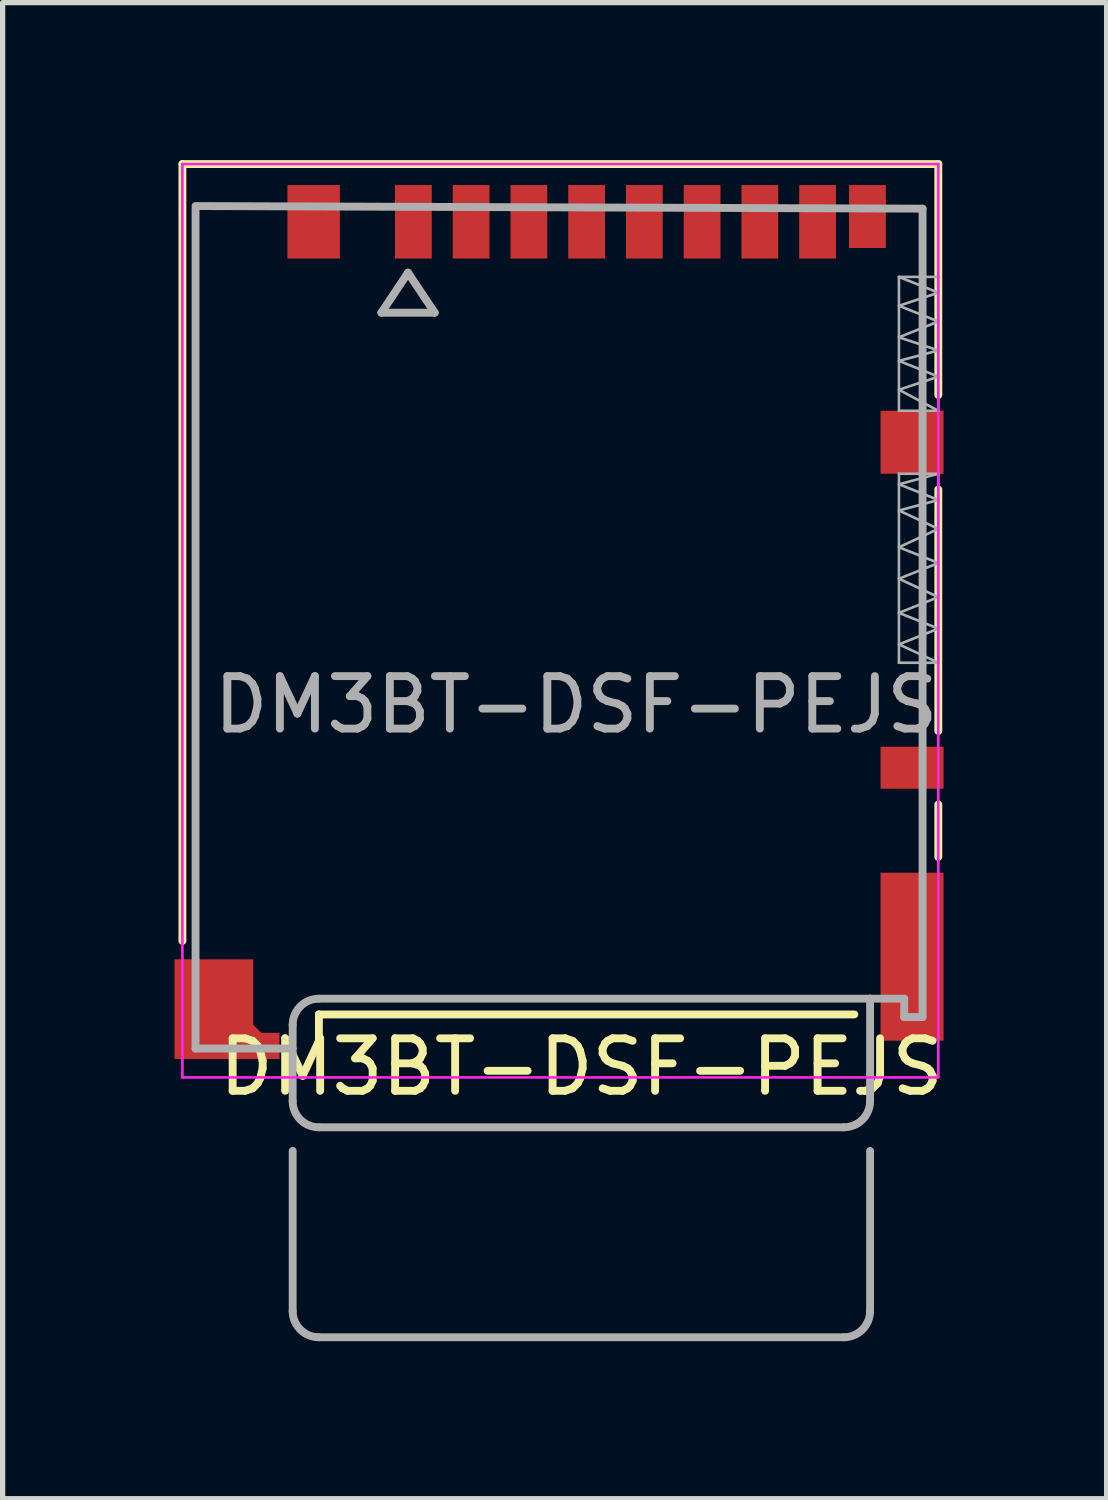
<source format=kicad_pcb>
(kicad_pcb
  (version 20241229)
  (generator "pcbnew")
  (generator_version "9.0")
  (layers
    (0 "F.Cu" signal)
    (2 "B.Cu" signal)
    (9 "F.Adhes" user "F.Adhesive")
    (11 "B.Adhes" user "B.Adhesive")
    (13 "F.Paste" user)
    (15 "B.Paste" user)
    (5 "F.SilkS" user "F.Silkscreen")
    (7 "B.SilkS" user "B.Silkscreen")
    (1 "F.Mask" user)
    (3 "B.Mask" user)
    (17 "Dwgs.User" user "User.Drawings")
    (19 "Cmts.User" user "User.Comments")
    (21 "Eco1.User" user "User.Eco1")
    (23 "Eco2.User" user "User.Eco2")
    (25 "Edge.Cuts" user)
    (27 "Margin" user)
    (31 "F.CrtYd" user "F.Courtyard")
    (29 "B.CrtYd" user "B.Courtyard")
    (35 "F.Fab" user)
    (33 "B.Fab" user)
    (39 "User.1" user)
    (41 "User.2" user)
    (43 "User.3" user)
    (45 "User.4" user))
  (footprint "DM3BT-DSF-PEJS"
    (layer "F.Cu")
    (at 8.025 0.875)
    (property "Reference" "DM3BT-DSF-PEJS" (at 0 16.4 0) (layer "F.SilkS") (effects (font (size 1 1) (thickness 0.15))))
    (attr smd)
    (fp_line (start -7.6 -0.8) (end -7.6 14) (stroke (width 0.15) (type solid)) (layer "F.SilkS"))
    (fp_line (start -7.6 -0.8) (end 6.8 -0.8) (stroke (width 0.15) (type solid)) (layer "F.SilkS"))
    (fp_line (start -5 15.4) (end -5 16) (stroke (width 0.15) (type solid)) (layer "F.SilkS"))
    (fp_line (start 5.2 15.4) (end -5 15.4) (stroke (width 0.15) (type solid)) (layer "F.SilkS"))
    (fp_line (start 6.8 -0.8) (end 6.8 3.6) (stroke (width 0.15) (type solid)) (layer "F.SilkS"))
    (fp_line (start 6.8 5.4) (end 6.8 10) (stroke (width 0.15) (type solid)) (layer "F.SilkS"))
    (fp_line (start 6.8 11.4) (end 6.8 12.4) (stroke (width 0.15) (type solid)) (layer "F.SilkS"))
    (fp_line (start -8 15.3) (end -6 15.3) (stroke (width 0.05) (type solid)) (layer "Eco1.User"))
    (fp_line (start -7.75 14.35) (end -7.75 16.25) (stroke (width 0.05) (type solid)) (layer "Eco1.User"))
    (fp_line (start -7.75 14.35) (end -6.25 14.35) (stroke (width 0.05) (type solid)) (layer "Eco1.User"))
    (fp_line (start -7.75 16.25) (end -5.75 16.25) (stroke (width 0.05) (type solid)) (layer "Eco1.User"))
    (fp_line (start -6.25 14.35) (end -6.25 15.6) (stroke (width 0.05) (type solid)) (layer "Eco1.User"))
    (fp_line (start -6.25 15.6) (end -6.1 15.75) (stroke (width 0.05) (type solid)) (layer "Eco1.User"))
    (fp_line (start -6.1 15.75) (end -5.75 15.75) (stroke (width 0.05) (type solid)) (layer "Eco1.User"))
    (fp_line (start -5.75 15.75) (end -5.75 16.25) (stroke (width 0.05) (type solid)) (layer "Eco1.User"))
    (fp_line (start -5.6 -0.4) (end 5.8 -0.4) (stroke (width 0.05) (type solid)) (layer "Eco1.User"))
    (fp_line (start -5.6 1) (end 4.85 1) (stroke (width 0.05) (type solid)) (layer "Eco1.User"))
    (fp_line (start -3.2 -0.4) (end -3.2 16.3) (stroke (width 0.05) (type solid)) (layer "Eco1.User"))
    (fp_line (start 5.1 -0.4) (end 5.1 0.8) (stroke (width 0.05) (type solid)) (layer "Eco1.User"))
    (fp_line (start 5.1 0.8) (end 5.8 0.8) (stroke (width 0.05) (type solid)) (layer "Eco1.User"))
    (fp_line (start 5.7 3.9) (end 5.7 15.9) (stroke (width 0.05) (type solid)) (layer "Eco1.User"))
    (fp_line (start 5.7 3.9) (end 6.9 3.9) (stroke (width 0.05) (type solid)) (layer "Eco1.User"))
    (fp_line (start 5.7 5.1) (end 6.9 5.1) (stroke (width 0.05) (type solid)) (layer "Eco1.User"))
    (fp_line (start 5.7 10.3) (end 6.9 10.3) (stroke (width 0.05) (type solid)) (layer "Eco1.User"))
    (fp_line (start 5.7 11.1) (end 6.9 11.1) (stroke (width 0.05) (type solid)) (layer "Eco1.User"))
    (fp_line (start 5.7 12.7) (end 6.9 12.7) (stroke (width 0.05) (type solid)) (layer "Eco1.User"))
    (fp_line (start 5.7 15.9) (end 6.9 15.9) (stroke (width 0.05) (type solid)) (layer "Eco1.User"))
    (fp_line (start 5.8 0.8) (end 5.8 -0.4) (stroke (width 0.05) (type solid)) (layer "Eco1.User"))
    (fp_line (start 6.05 1.35) (end 6.05 8.7) (stroke (width 0.05) (type solid)) (layer "Eco1.User"))
    (fp_line (start 6.05 1.35) (end 6.8 1.35) (stroke (width 0.05) (type solid)) (layer "Eco1.User"))
    (fp_line (start 6.05 8.7) (end 6.8 8.7) (stroke (width 0.05) (type solid)) (layer "Eco1.User"))
    (fp_line (start 6.8 1.35) (end 6.8 8.7) (stroke (width 0.05) (type solid)) (layer "Eco1.User"))
    (fp_line (start 6.9 3.9) (end 6.9 15.9) (stroke (width 0.05) (type solid)) (layer "Eco1.User"))
    (fp_line (start -7.6 -0.8) (end 6.8 -0.8) (stroke (width 0.05) (type solid)) (layer "F.CrtYd"))
    (fp_line (start -7.6 16.6) (end -7.6 -0.8) (stroke (width 0.05) (type solid)) (layer "F.CrtYd"))
    (fp_line (start 6.8 -0.8) (end 6.8 16.6) (stroke (width 0.05) (type solid)) (layer "F.CrtYd"))
    (fp_line (start 6.8 16.6) (end -7.6 16.6) (stroke (width 0.05) (type solid)) (layer "F.CrtYd"))
    (fp_line (start -7.35 0) (end 6.5 0.05) (stroke (width 0.15) (type solid)) (layer "F.Fab"))
    (fp_line (start -7.35 16.05) (end -7.35 0.05) (stroke (width 0.15) (type solid)) (layer "F.Fab"))
    (fp_line (start -7.35 16.05) (end -5.5 16.05) (stroke (width 0.15) (type solid)) (layer "F.Fab"))
    (fp_line (start -5.5 15.6) (end -5.5 17.05) (stroke (width 0.15) (type solid)) (layer "F.Fab"))
    (fp_line (start -5.5 18) (end -5.5 21.05) (stroke (width 0.15) (type solid)) (layer "F.Fab"))
    (fp_line (start -5 15.1) (end 5.5 15.1) (stroke (width 0.15) (type solid)) (layer "F.Fab"))
    (fp_line (start -5 17.55) (end 5 17.55) (stroke (width 0.15) (type solid)) (layer "F.Fab"))
    (fp_line (start -5 21.55) (end 5 21.55) (stroke (width 0.15) (type solid)) (layer "F.Fab"))
    (fp_line (start -3.81 2.032) (end -2.794 2.032) (stroke (width 0.15) (type solid)) (layer "F.Fab"))
    (fp_line (start -3.302 1.27) (end -3.81 2.032) (stroke (width 0.15) (type solid)) (layer "F.Fab"))
    (fp_line (start -2.794 2.032) (end -3.302 1.27) (stroke (width 0.15) (type solid)) (layer "F.Fab"))
    (fp_line (start 5.5 17.05) (end 5.5 15.1) (stroke (width 0.15) (type solid)) (layer "F.Fab"))
    (fp_line (start 5.5 21.05) (end 5.5 18) (stroke (width 0.15) (type solid)) (layer "F.Fab"))
    (fp_line (start 6.05 1.35) (end 6.8 1.35) (stroke (width 0.05) (type solid)) (layer "F.Fab"))
    (fp_line (start 6.05 1.35) (end 6.8 1.65) (stroke (width 0.05) (type solid)) (layer "F.Fab"))
    (fp_line (start 6.05 1.9) (end 6.8 2.2) (stroke (width 0.05) (type solid)) (layer "F.Fab"))
    (fp_line (start 6.05 2.5) (end 6.8 2.75) (stroke (width 0.05) (type solid)) (layer "F.Fab"))
    (fp_line (start 6.05 2.95) (end 6.8 3.25) (stroke (width 0.05) (type solid)) (layer "F.Fab"))
    (fp_line (start 6.05 3.5) (end 6.8 3.9) (stroke (width 0.05) (type solid)) (layer "F.Fab"))
    (fp_line (start 6.05 3.9) (end 6.05 1.35) (stroke (width 0.05) (type solid)) (layer "F.Fab"))
    (fp_line (start 6.05 3.9) (end 6.8 3.9) (stroke (width 0.05) (type solid)) (layer "F.Fab"))
    (fp_line (start 6.05 5.1) (end 6.8 5.1) (stroke (width 0.05) (type solid)) (layer "F.Fab"))
    (fp_line (start 6.05 5.3) (end 6.8 5.1) (stroke (width 0.05) (type solid)) (layer "F.Fab"))
    (fp_line (start 6.05 5.8) (end 6.8 5.6) (stroke (width 0.05) (type solid)) (layer "F.Fab"))
    (fp_line (start 6.05 6.5) (end 6.8 6.15) (stroke (width 0.05) (type solid)) (layer "F.Fab"))
    (fp_line (start 6.05 7.1) (end 6.8 6.8) (stroke (width 0.05) (type solid)) (layer "F.Fab"))
    (fp_line (start 6.05 7.75) (end 6.8 7.45) (stroke (width 0.05) (type solid)) (layer "F.Fab"))
    (fp_line (start 6.05 8.35) (end 6.8 8.05) (stroke (width 0.05) (type solid)) (layer "F.Fab"))
    (fp_line (start 6.05 8.7) (end 6.05 5.1) (stroke (width 0.05) (type solid)) (layer "F.Fab"))
    (fp_line (start 6.15 15.1) (end 5.5 15.1) (stroke (width 0.15) (type solid)) (layer "F.Fab"))
    (fp_line (start 6.15 15.45) (end 6.15 15.1) (stroke (width 0.15) (type solid)) (layer "F.Fab"))
    (fp_line (start 6.5 15.45) (end 6.15 15.45) (stroke (width 0.15) (type solid)) (layer "F.Fab"))
    (fp_line (start 6.5 15.45) (end 6.5 0.05) (stroke (width 0.15) (type solid)) (layer "F.Fab"))
    (fp_line (start 6.8 1.35) (end 6.8 3.9) (stroke (width 0.05) (type solid)) (layer "F.Fab"))
    (fp_line (start 6.8 1.65) (end 6.05 1.9) (stroke (width 0.05) (type solid)) (layer "F.Fab"))
    (fp_line (start 6.8 2.2) (end 6.05 2.5) (stroke (width 0.05) (type solid)) (layer "F.Fab"))
    (fp_line (start 6.8 2.75) (end 6.05 2.95) (stroke (width 0.05) (type solid)) (layer "F.Fab"))
    (fp_line (start 6.8 3.25) (end 6.05 3.5) (stroke (width 0.05) (type solid)) (layer "F.Fab"))
    (fp_line (start 6.8 5.1) (end 6.8 8.7) (stroke (width 0.05) (type solid)) (layer "F.Fab"))
    (fp_line (start 6.8 5.6) (end 6.05 5.3) (stroke (width 0.05) (type solid)) (layer "F.Fab"))
    (fp_line (start 6.8 6.15) (end 6.05 5.8) (stroke (width 0.05) (type solid)) (layer "F.Fab"))
    (fp_line (start 6.8 6.8) (end 6.05 6.5) (stroke (width 0.05) (type solid)) (layer "F.Fab"))
    (fp_line (start 6.8 7.45) (end 6.05 7.1) (stroke (width 0.05) (type solid)) (layer "F.Fab"))
    (fp_line (start 6.8 8.05) (end 6.05 7.75) (stroke (width 0.05) (type solid)) (layer "F.Fab"))
    (fp_line (start 6.8 8.7) (end 6.05 8.35) (stroke (width 0.05) (type solid)) (layer "F.Fab"))
    (fp_line (start 6.8 8.7) (end 6.05 8.7) (stroke (width 0.05) (type solid)) (layer "F.Fab"))
    (fp_arc (start -5.5 15.6) (mid -5.353553 15.246447) (end -5 15.1) (stroke (width 0.15) (type solid)) (layer "F.Fab"))
    (fp_arc (start -5 17.55) (mid -5.353553 17.403553) (end -5.5 17.05) (stroke (width 0.15) (type solid)) (layer "F.Fab"))
    (fp_arc (start -5 21.55) (mid -5.353553 21.403553) (end -5.5 21.05) (stroke (width 0.15) (type solid)) (layer "F.Fab"))
    (fp_arc (start 5.5 17.05) (mid 5.353553 17.403553) (end 5 17.55) (stroke (width 0.15) (type solid)) (layer "F.Fab"))
    (fp_arc (start 5.5 21.05) (mid 5.353553 21.403553) (end 5 21.55) (stroke (width 0.15) (type solid)) (layer "F.Fab"))
    (fp_text user "${REFERENCE}" (at -0.1 9.5 0) (layer "F.Fab") (effects (font (size 1 1) (thickness 0.15))))
    (pad "1" smd rect (at -3.2 0.3) (size 0.7 1.4) (layers "F.Cu" "F.Mask" "F.Paste"))
    (pad "2" smd rect (at -2.1 0.3) (size 0.7 1.4) (layers "F.Cu" "F.Mask" "F.Paste"))
    (pad "3" smd rect (at -1 0.3) (size 0.7 1.4) (layers "F.Cu" "F.Mask" "F.Paste"))
    (pad "4" smd rect (at 0.1 0.3) (size 0.7 1.4) (layers "F.Cu" "F.Mask" "F.Paste"))
    (pad "5" smd rect (at 1.2 0.3) (size 0.7 1.4) (layers "F.Cu" "F.Mask" "F.Paste"))
    (pad "6" smd rect (at 2.3 0.3) (size 0.7 1.4) (layers "F.Cu" "F.Mask" "F.Paste"))
    (pad "7" smd rect (at 3.4 0.3) (size 0.7 1.4) (layers "F.Cu" "F.Mask" "F.Paste"))
    (pad "8" smd rect (at 4.5 0.3) (size 0.7 1.4) (layers "F.Cu" "F.Mask" "F.Paste"))
    (pad "9" smd rect (at 6.3 4.5) (size 1.2 1.2) (layers "F.Cu" "F.Mask" "F.Paste"))
    (pad "10" smd rect (at 6.3 14.3) (size 1.2 3.2) (layers "F.Cu" "F.Mask" "F.Paste"))
    (pad "11" smd rect (at -7 15.3) (size 1.5 1.9) (layers "F.Cu" "F.Mask" "F.Paste"))
    (pad "11" smd rect (at -6.31 15.82 45) (size 0.4 0.4) (layers "F.Cu" "F.Mask" "F.Paste"))
    (pad "11" smd rect (at -6.25 16) (size 1 0.5) (layers "F.Cu" "F.Mask" "F.Paste"))
    (pad "12" smd rect (at -5.1 0.3) (size 1 1.4) (layers "F.Cu" "F.Mask" "F.Paste"))
    (pad "A" smd rect (at 6.3 10.7) (size 1.2 0.8) (layers "F.Cu" "F.Mask" "F.Paste"))
    (pad "B" smd rect (at 5.45 0.2) (size 0.7 1.2) (layers "F.Cu" "F.Mask" "F.Paste")))
  (gr_rect
    (start -3 -3)
    (end 18.031 25.5)
    (stroke (width 0.1) (type default))
    (fill no)
    (layer "Edge.Cuts")))
</source>
